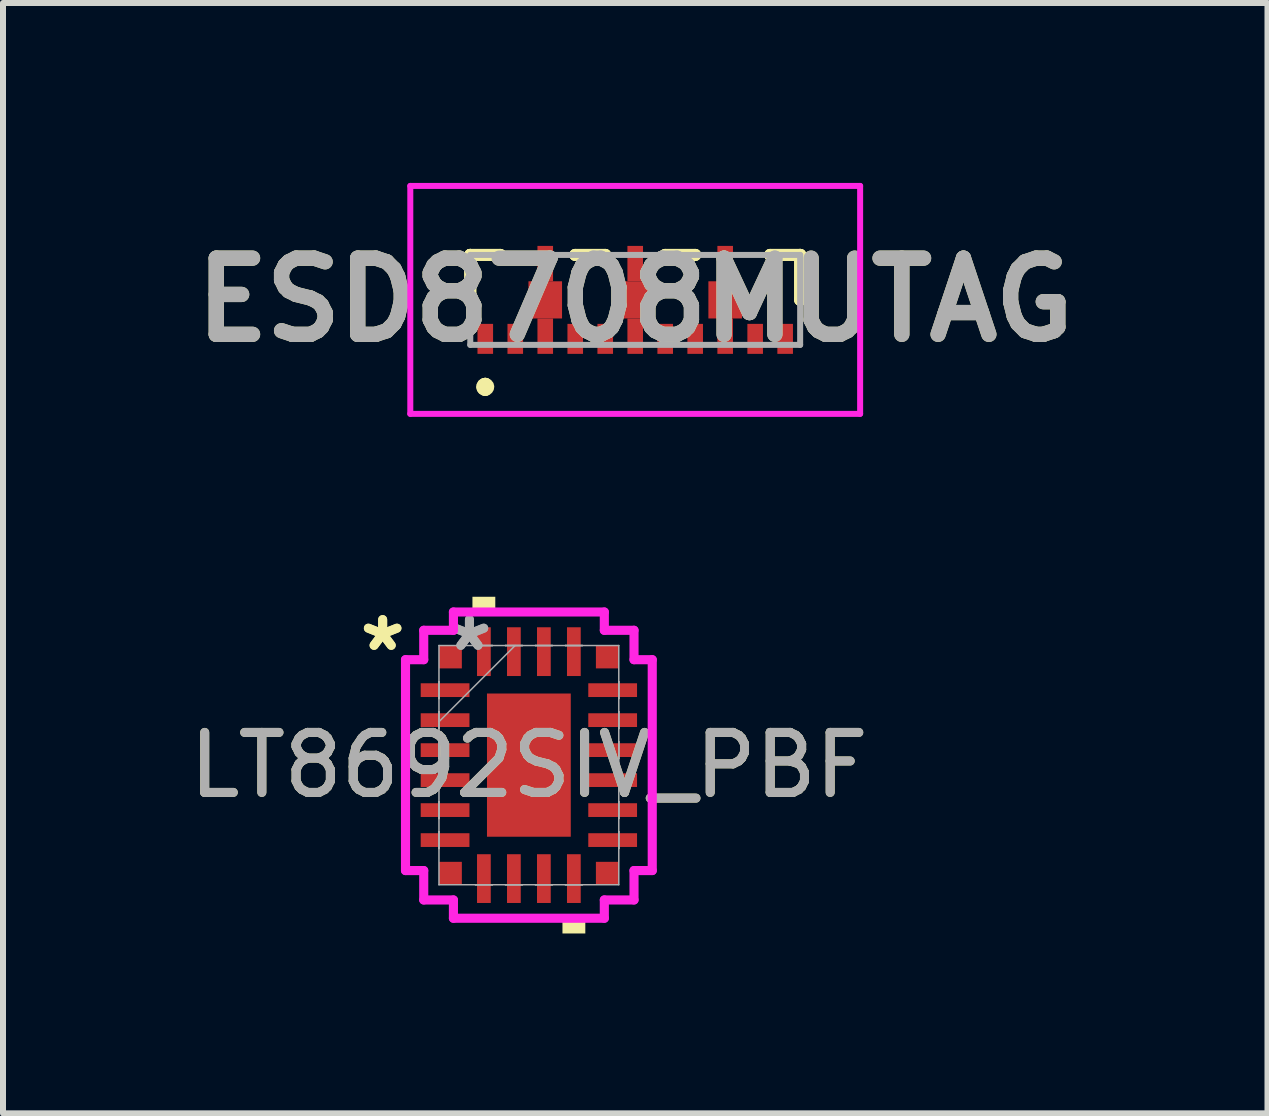
<source format=kicad_pcb>
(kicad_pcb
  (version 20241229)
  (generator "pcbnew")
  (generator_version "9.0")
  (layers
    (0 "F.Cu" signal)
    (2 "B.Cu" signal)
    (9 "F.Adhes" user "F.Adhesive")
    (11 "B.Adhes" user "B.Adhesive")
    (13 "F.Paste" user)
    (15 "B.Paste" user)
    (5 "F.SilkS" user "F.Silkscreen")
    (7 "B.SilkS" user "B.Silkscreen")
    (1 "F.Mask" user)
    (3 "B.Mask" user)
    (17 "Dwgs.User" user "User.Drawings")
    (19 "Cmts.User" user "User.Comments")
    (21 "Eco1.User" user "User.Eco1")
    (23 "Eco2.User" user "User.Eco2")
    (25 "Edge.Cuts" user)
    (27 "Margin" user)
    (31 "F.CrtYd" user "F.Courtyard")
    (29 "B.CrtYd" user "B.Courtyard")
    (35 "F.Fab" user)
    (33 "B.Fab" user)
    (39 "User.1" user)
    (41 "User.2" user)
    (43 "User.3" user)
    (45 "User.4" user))
  (footprint "ESD8708MUTAG"
    (layer "F.Cu")
    (at 7.541 1.95)
    (property "Reference" "ESD8708MUTAG" (at 0 0 0) (layer "F.SilkS") (effects (font (size 1.27 1.27) (thickness 0.254))))
    (attr smd)
    (fp_line (start -2.75 -0.75) (end -2.75 -0.75) (stroke (width 0.2) (type solid)) (layer "F.SilkS"))
    (fp_line (start -2.75 -0.75) (end -2.75 -0.75) (stroke (width 0.2) (type solid)) (layer "F.SilkS"))
    (fp_line (start -2.75 -0.75) (end -2.75 0) (stroke (width 0.2) (type solid)) (layer "F.SilkS"))
    (fp_line (start -2.75 -0.75) (end -2.25 -0.75) (stroke (width 0.2) (type solid)) (layer "F.SilkS"))
    (fp_line (start -2.75 0) (end -2.75 -0.75) (stroke (width 0.2) (type solid)) (layer "F.SilkS"))
    (fp_line (start -2.75 0) (end -2.75 0) (stroke (width 0.2) (type solid)) (layer "F.SilkS"))
    (fp_line (start -2.5 1.4) (end -2.5 1.4) (stroke (width 0.2) (type solid)) (layer "F.SilkS"))
    (fp_line (start -2.5 1.4) (end -2.5 1.4) (stroke (width 0.2) (type solid)) (layer "F.SilkS"))
    (fp_line (start -2.5 1.5) (end -2.5 1.5) (stroke (width 0.2) (type solid)) (layer "F.SilkS"))
    (fp_line (start -2.25 -0.75) (end -2.75 -0.75) (stroke (width 0.2) (type solid)) (layer "F.SilkS"))
    (fp_line (start -2.25 -0.75) (end -2.25 -0.75) (stroke (width 0.2) (type solid)) (layer "F.SilkS"))
    (fp_line (start -1 -0.75) (end -1 -0.75) (stroke (width 0.2) (type solid)) (layer "F.SilkS"))
    (fp_line (start -1 -0.75) (end -0.5 -0.75) (stroke (width 0.2) (type solid)) (layer "F.SilkS"))
    (fp_line (start -0.5 -0.75) (end -1 -0.75) (stroke (width 0.2) (type solid)) (layer "F.SilkS"))
    (fp_line (start -0.5 -0.75) (end -0.5 -0.75) (stroke (width 0.2) (type solid)) (layer "F.SilkS"))
    (fp_line (start 0.5 -0.75) (end 0.5 -0.75) (stroke (width 0.2) (type solid)) (layer "F.SilkS"))
    (fp_line (start 0.5 -0.75) (end 1 -0.75) (stroke (width 0.2) (type solid)) (layer "F.SilkS"))
    (fp_line (start 1 -0.75) (end 0.5 -0.75) (stroke (width 0.2) (type solid)) (layer "F.SilkS"))
    (fp_line (start 1 -0.75) (end 1 -0.75) (stroke (width 0.2) (type solid)) (layer "F.SilkS"))
    (fp_line (start 2.25 -0.75) (end 2.25 -0.75) (stroke (width 0.2) (type solid)) (layer "F.SilkS"))
    (fp_line (start 2.25 -0.75) (end 2.75 -0.75) (stroke (width 0.2) (type solid)) (layer "F.SilkS"))
    (fp_line (start 2.75 -0.75) (end 2.25 -0.75) (stroke (width 0.2) (type solid)) (layer "F.SilkS"))
    (fp_line (start 2.75 -0.75) (end 2.75 -0.75) (stroke (width 0.2) (type solid)) (layer "F.SilkS"))
    (fp_line (start 2.75 -0.75) (end 2.75 -0.75) (stroke (width 0.2) (type solid)) (layer "F.SilkS"))
    (fp_line (start 2.75 -0.75) (end 2.75 0) (stroke (width 0.2) (type solid)) (layer "F.SilkS"))
    (fp_line (start 2.75 0) (end 2.75 -0.75) (stroke (width 0.2) (type solid)) (layer "F.SilkS"))
    (fp_line (start 2.75 0) (end 2.75 0) (stroke (width 0.2) (type solid)) (layer "F.SilkS"))
    (fp_arc (start -2.5 1.4) (mid -2.45 1.45) (end -2.5 1.5) (stroke (width 0.2) (type solid)) (layer "F.SilkS"))
    (fp_arc (start -2.5 1.5) (mid -2.55 1.45) (end -2.5 1.4) (stroke (width 0.2) (type solid)) (layer "F.SilkS"))
    (fp_arc (start -2.5 1.5) (mid -2.55 1.45) (end -2.5 1.4) (stroke (width 0.2) (type solid)) (layer "F.SilkS"))
    (fp_line (start -3.75 -1.9) (end 3.75 -1.9) (stroke (width 0.1) (type solid)) (layer "F.CrtYd"))
    (fp_line (start -3.75 1.9) (end -3.75 -1.9) (stroke (width 0.1) (type solid)) (layer "F.CrtYd"))
    (fp_line (start 3.75 -1.9) (end 3.75 1.9) (stroke (width 0.1) (type solid)) (layer "F.CrtYd"))
    (fp_line (start 3.75 1.9) (end -3.75 1.9) (stroke (width 0.1) (type solid)) (layer "F.CrtYd"))
    (fp_line (start -2.75 -0.75) (end -2.75 0.75) (stroke (width 0.1) (type solid)) (layer "F.Fab"))
    (fp_line (start -2.75 0.75) (end 2.75 0.75) (stroke (width 0.1) (type solid)) (layer "F.Fab"))
    (fp_line (start 2.75 -0.75) (end -2.75 -0.75) (stroke (width 0.1) (type solid)) (layer "F.Fab"))
    (fp_line (start 2.75 0.75) (end 2.75 -0.75) (stroke (width 0.1) (type solid)) (layer "F.Fab"))
    (fp_text user "${REFERENCE}" (at 0 0 0) (layer "F.Fab") (effects (font (size 1.27 1.27) (thickness 0.254))))
    (pad "1" smd rect (at -2.5 0.65) (size 0.26 0.5) (layers "F.Cu" "F.Mask" "F.Paste"))
    (pad "2" smd rect (at -2 0.65) (size 0.26 0.5) (layers "F.Cu" "F.Mask" "F.Paste"))
    (pad "3" smd rect (at -1.5 0.605) (size 0.26 0.59) (layers "F.Cu" "F.Mask" "F.Paste"))
    (pad "4" smd rect (at -1 0.65) (size 0.26 0.5) (layers "F.Cu" "F.Mask" "F.Paste"))
    (pad "5" smd rect (at -0.5 0.65) (size 0.26 0.5) (layers "F.Cu" "F.Mask" "F.Paste"))
    (pad "6" smd rect (at 0 0.605) (size 0.26 0.59) (layers "F.Cu" "F.Mask" "F.Paste"))
    (pad "7" smd rect (at 0.5 0.65) (size 0.26 0.5) (layers "F.Cu" "F.Mask" "F.Paste"))
    (pad "8" smd rect (at 1 0.65) (size 0.26 0.5) (layers "F.Cu" "F.Mask" "F.Paste"))
    (pad "9" smd rect (at 1.5 0.605) (size 0.26 0.59) (layers "F.Cu" "F.Mask" "F.Paste"))
    (pad "10" smd rect (at 2 0.65) (size 0.26 0.5) (layers "F.Cu" "F.Mask" "F.Paste"))
    (pad "11" smd rect (at 2.5 0.65) (size 0.26 0.5) (layers "F.Cu" "F.Mask" "F.Paste"))
    (pad "12" smd rect (at 1.5 -0.605) (size 0.26 0.59) (layers "F.Cu" "F.Mask" "F.Paste"))
    (pad "13" smd rect (at 0 -0.605) (size 0.26 0.59) (layers "F.Cu" "F.Mask" "F.Paste"))
    (pad "14" smd rect (at -1.5 -0.605) (size 0.26 0.59) (layers "F.Cu" "F.Mask" "F.Paste"))
    (pad "15" smd rect (at -1.5 0) (size 0.56 0.62) (layers "F.Cu" "F.Mask" "F.Paste"))
    (pad "16" smd rect (at 0 0) (size 0.56 0.62) (layers "F.Cu" "F.Mask" "F.Paste"))
    (pad "17" smd rect (at 1.5 0) (size 0.56 0.62) (layers "F.Cu" "F.Mask" "F.Paste")))
  (footprint "LT8692SIV_PBF"
    (layer "F.Cu")
    (at 5.768 9.707)
    (property "Reference" "LT8692SIV_PBF" (at 0 0 0) (unlocked yes) (layer "F.SilkS") (effects (font (size 1 1) (thickness 0.15))))
    (attr smd)
    (fp_poly (pts (xy -0.941 -2.553) (xy -0.941 -2.807) (xy -0.56 -2.807) (xy -0.56 -2.553)) (stroke (width 0) (type solid)) (fill yes) (layer "F.SilkS"))
    (fp_poly (pts (xy 0.56 2.553) (xy 0.56 2.807) (xy 0.941 2.807) (xy 0.941 2.553)) (stroke (width 0) (type solid)) (fill yes) (layer "F.SilkS"))
    (fp_line (start -2.057 -1.758) (end -1.753 -1.758) (stroke (width 0.152) (type solid)) (layer "F.CrtYd"))
    (fp_line (start -2.057 1.758) (end -2.057 -1.758) (stroke (width 0.152) (type solid)) (layer "F.CrtYd"))
    (fp_line (start -2.057 1.758) (end -1.753 1.758) (stroke (width 0.152) (type solid)) (layer "F.CrtYd"))
    (fp_line (start -1.753 -2.248) (end -1.258 -2.248) (stroke (width 0.152) (type solid)) (layer "F.CrtYd"))
    (fp_line (start -1.753 -1.758) (end -1.753 -2.248) (stroke (width 0.152) (type solid)) (layer "F.CrtYd"))
    (fp_line (start -1.753 2.248) (end -1.753 1.758) (stroke (width 0.152) (type solid)) (layer "F.CrtYd"))
    (fp_line (start -1.258 -2.553) (end 1.258 -2.553) (stroke (width 0.152) (type solid)) (layer "F.CrtYd"))
    (fp_line (start -1.258 -2.248) (end -1.258 -2.553) (stroke (width 0.152) (type solid)) (layer "F.CrtYd"))
    (fp_line (start -1.258 2.248) (end -1.753 2.248) (stroke (width 0.152) (type solid)) (layer "F.CrtYd"))
    (fp_line (start -1.258 2.553) (end -1.258 2.248) (stroke (width 0.152) (type solid)) (layer "F.CrtYd"))
    (fp_line (start 1.258 -2.553) (end 1.258 -2.248) (stroke (width 0.152) (type solid)) (layer "F.CrtYd"))
    (fp_line (start 1.258 -2.248) (end 1.753 -2.248) (stroke (width 0.152) (type solid)) (layer "F.CrtYd"))
    (fp_line (start 1.258 2.248) (end 1.258 2.553) (stroke (width 0.152) (type solid)) (layer "F.CrtYd"))
    (fp_line (start 1.258 2.553) (end -1.258 2.553) (stroke (width 0.152) (type solid)) (layer "F.CrtYd"))
    (fp_line (start 1.753 -2.248) (end 1.753 -1.758) (stroke (width 0.152) (type solid)) (layer "F.CrtYd"))
    (fp_line (start 1.753 -1.758) (end 2.057 -1.758) (stroke (width 0.152) (type solid)) (layer "F.CrtYd"))
    (fp_line (start 1.753 1.758) (end 1.753 2.248) (stroke (width 0.152) (type solid)) (layer "F.CrtYd"))
    (fp_line (start 1.753 2.248) (end 1.258 2.248) (stroke (width 0.152) (type solid)) (layer "F.CrtYd"))
    (fp_line (start 2.057 -1.758) (end 2.057 1.758) (stroke (width 0.152) (type solid)) (layer "F.CrtYd"))
    (fp_line (start 2.057 1.758) (end 1.753 1.758) (stroke (width 0.152) (type solid)) (layer "F.CrtYd"))
    (fp_line (start -1.499 -1.994) (end -1.499 1.994) (stroke (width 0.025) (type solid)) (layer "F.Fab"))
    (fp_line (start -1.499 -1.39) (end -1.499 -1.39) (stroke (width 0.025) (type solid)) (layer "F.Fab"))
    (fp_line (start -1.499 -1.39) (end -1.499 -1.11) (stroke (width 0.025) (type solid)) (layer "F.Fab"))
    (fp_line (start -1.499 -1.11) (end -1.499 -1.39) (stroke (width 0.025) (type solid)) (layer "F.Fab"))
    (fp_line (start -1.499 -1.11) (end -1.499 -1.11) (stroke (width 0.025) (type solid)) (layer "F.Fab"))
    (fp_line (start -1.499 -0.89) (end -1.499 -0.89) (stroke (width 0.025) (type solid)) (layer "F.Fab"))
    (fp_line (start -1.499 -0.89) (end -1.499 -0.61) (stroke (width 0.025) (type solid)) (layer "F.Fab"))
    (fp_line (start -1.499 -0.724) (end -0.229 -1.994) (stroke (width 0.025) (type solid)) (layer "F.Fab"))
    (fp_line (start -1.499 -0.61) (end -1.499 -0.89) (stroke (width 0.025) (type solid)) (layer "F.Fab"))
    (fp_line (start -1.499 -0.61) (end -1.499 -0.61) (stroke (width 0.025) (type solid)) (layer "F.Fab"))
    (fp_line (start -1.499 -0.39) (end -1.499 -0.39) (stroke (width 0.025) (type solid)) (layer "F.Fab"))
    (fp_line (start -1.499 -0.39) (end -1.499 -0.11) (stroke (width 0.025) (type solid)) (layer "F.Fab"))
    (fp_line (start -1.499 -0.11) (end -1.499 -0.39) (stroke (width 0.025) (type solid)) (layer "F.Fab"))
    (fp_line (start -1.499 -0.11) (end -1.499 -0.11) (stroke (width 0.025) (type solid)) (layer "F.Fab"))
    (fp_line (start -1.499 0.11) (end -1.499 0.11) (stroke (width 0.025) (type solid)) (layer "F.Fab"))
    (fp_line (start -1.499 0.11) (end -1.499 0.39) (stroke (width 0.025) (type solid)) (layer "F.Fab"))
    (fp_line (start -1.499 0.39) (end -1.499 0.11) (stroke (width 0.025) (type solid)) (layer "F.Fab"))
    (fp_line (start -1.499 0.39) (end -1.499 0.39) (stroke (width 0.025) (type solid)) (layer "F.Fab"))
    (fp_line (start -1.499 0.61) (end -1.499 0.61) (stroke (width 0.025) (type solid)) (layer "F.Fab"))
    (fp_line (start -1.499 0.61) (end -1.499 0.89) (stroke (width 0.025) (type solid)) (layer "F.Fab"))
    (fp_line (start -1.499 0.89) (end -1.499 0.61) (stroke (width 0.025) (type solid)) (layer "F.Fab"))
    (fp_line (start -1.499 0.89) (end -1.499 0.89) (stroke (width 0.025) (type solid)) (layer "F.Fab"))
    (fp_line (start -1.499 1.11) (end -1.499 1.11) (stroke (width 0.025) (type solid)) (layer "F.Fab"))
    (fp_line (start -1.499 1.11) (end -1.499 1.39) (stroke (width 0.025) (type solid)) (layer "F.Fab"))
    (fp_line (start -1.499 1.39) (end -1.499 1.11) (stroke (width 0.025) (type solid)) (layer "F.Fab"))
    (fp_line (start -1.499 1.39) (end -1.499 1.39) (stroke (width 0.025) (type solid)) (layer "F.Fab"))
    (fp_line (start -1.499 1.994) (end 1.499 1.994) (stroke (width 0.025) (type solid)) (layer "F.Fab"))
    (fp_line (start -0.89 -1.994) (end -0.89 -1.994) (stroke (width 0.025) (type solid)) (layer "F.Fab"))
    (fp_line (start -0.89 -1.994) (end -0.61 -1.994) (stroke (width 0.025) (type solid)) (layer "F.Fab"))
    (fp_line (start -0.89 1.994) (end -0.89 1.994) (stroke (width 0.025) (type solid)) (layer "F.Fab"))
    (fp_line (start -0.89 1.994) (end -0.61 1.994) (stroke (width 0.025) (type solid)) (layer "F.Fab"))
    (fp_line (start -0.61 -1.994) (end -0.89 -1.994) (stroke (width 0.025) (type solid)) (layer "F.Fab"))
    (fp_line (start -0.61 -1.994) (end -0.61 -1.994) (stroke (width 0.025) (type solid)) (layer "F.Fab"))
    (fp_line (start -0.61 1.994) (end -0.89 1.994) (stroke (width 0.025) (type solid)) (layer "F.Fab"))
    (fp_line (start -0.61 1.994) (end -0.61 1.994) (stroke (width 0.025) (type solid)) (layer "F.Fab"))
    (fp_line (start -0.39 -1.994) (end -0.39 -1.994) (stroke (width 0.025) (type solid)) (layer "F.Fab"))
    (fp_line (start -0.39 -1.994) (end -0.11 -1.994) (stroke (width 0.025) (type solid)) (layer "F.Fab"))
    (fp_line (start -0.39 1.994) (end -0.39 1.994) (stroke (width 0.025) (type solid)) (layer "F.Fab"))
    (fp_line (start -0.39 1.994) (end -0.11 1.994) (stroke (width 0.025) (type solid)) (layer "F.Fab"))
    (fp_line (start -0.11 -1.994) (end -0.39 -1.994) (stroke (width 0.025) (type solid)) (layer "F.Fab"))
    (fp_line (start -0.11 -1.994) (end -0.11 -1.994) (stroke (width 0.025) (type solid)) (layer "F.Fab"))
    (fp_line (start -0.11 1.994) (end -0.39 1.994) (stroke (width 0.025) (type solid)) (layer "F.Fab"))
    (fp_line (start -0.11 1.994) (end -0.11 1.994) (stroke (width 0.025) (type solid)) (layer "F.Fab"))
    (fp_line (start 0.11 -1.994) (end 0.11 -1.994) (stroke (width 0.025) (type solid)) (layer "F.Fab"))
    (fp_line (start 0.11 -1.994) (end 0.39 -1.994) (stroke (width 0.025) (type solid)) (layer "F.Fab"))
    (fp_line (start 0.11 1.994) (end 0.11 1.994) (stroke (width 0.025) (type solid)) (layer "F.Fab"))
    (fp_line (start 0.11 1.994) (end 0.39 1.994) (stroke (width 0.025) (type solid)) (layer "F.Fab"))
    (fp_line (start 0.39 -1.994) (end 0.11 -1.994) (stroke (width 0.025) (type solid)) (layer "F.Fab"))
    (fp_line (start 0.39 -1.994) (end 0.39 -1.994) (stroke (width 0.025) (type solid)) (layer "F.Fab"))
    (fp_line (start 0.39 1.994) (end 0.11 1.994) (stroke (width 0.025) (type solid)) (layer "F.Fab"))
    (fp_line (start 0.39 1.994) (end 0.39 1.994) (stroke (width 0.025) (type solid)) (layer "F.Fab"))
    (fp_line (start 0.61 -1.994) (end 0.61 -1.994) (stroke (width 0.025) (type solid)) (layer "F.Fab"))
    (fp_line (start 0.61 -1.994) (end 0.89 -1.994) (stroke (width 0.025) (type solid)) (layer "F.Fab"))
    (fp_line (start 0.61 1.994) (end 0.61 1.994) (stroke (width 0.025) (type solid)) (layer "F.Fab"))
    (fp_line (start 0.61 1.994) (end 0.89 1.994) (stroke (width 0.025) (type solid)) (layer "F.Fab"))
    (fp_line (start 0.89 -1.994) (end 0.61 -1.994) (stroke (width 0.025) (type solid)) (layer "F.Fab"))
    (fp_line (start 0.89 -1.994) (end 0.89 -1.994) (stroke (width 0.025) (type solid)) (layer "F.Fab"))
    (fp_line (start 0.89 1.994) (end 0.61 1.994) (stroke (width 0.025) (type solid)) (layer "F.Fab"))
    (fp_line (start 0.89 1.994) (end 0.89 1.994) (stroke (width 0.025) (type solid)) (layer "F.Fab"))
    (fp_line (start 1.499 -1.994) (end -1.499 -1.994) (stroke (width 0.025) (type solid)) (layer "F.Fab"))
    (fp_line (start 1.499 -1.39) (end 1.499 -1.39) (stroke (width 0.025) (type solid)) (layer "F.Fab"))
    (fp_line (start 1.499 -1.39) (end 1.499 -1.11) (stroke (width 0.025) (type solid)) (layer "F.Fab"))
    (fp_line (start 1.499 -1.11) (end 1.499 -1.39) (stroke (width 0.025) (type solid)) (layer "F.Fab"))
    (fp_line (start 1.499 -1.11) (end 1.499 -1.11) (stroke (width 0.025) (type solid)) (layer "F.Fab"))
    (fp_line (start 1.499 -0.89) (end 1.499 -0.89) (stroke (width 0.025) (type solid)) (layer "F.Fab"))
    (fp_line (start 1.499 -0.89) (end 1.499 -0.61) (stroke (width 0.025) (type solid)) (layer "F.Fab"))
    (fp_line (start 1.499 -0.61) (end 1.499 -0.89) (stroke (width 0.025) (type solid)) (layer "F.Fab"))
    (fp_line (start 1.499 -0.61) (end 1.499 -0.61) (stroke (width 0.025) (type solid)) (layer "F.Fab"))
    (fp_line (start 1.499 -0.39) (end 1.499 -0.39) (stroke (width 0.025) (type solid)) (layer "F.Fab"))
    (fp_line (start 1.499 -0.39) (end 1.499 -0.11) (stroke (width 0.025) (type solid)) (layer "F.Fab"))
    (fp_line (start 1.499 -0.11) (end 1.499 -0.39) (stroke (width 0.025) (type solid)) (layer "F.Fab"))
    (fp_line (start 1.499 -0.11) (end 1.499 -0.11) (stroke (width 0.025) (type solid)) (layer "F.Fab"))
    (fp_line (start 1.499 0.11) (end 1.499 0.11) (stroke (width 0.025) (type solid)) (layer "F.Fab"))
    (fp_line (start 1.499 0.11) (end 1.499 0.39) (stroke (width 0.025) (type solid)) (layer "F.Fab"))
    (fp_line (start 1.499 0.39) (end 1.499 0.11) (stroke (width 0.025) (type solid)) (layer "F.Fab"))
    (fp_line (start 1.499 0.39) (end 1.499 0.39) (stroke (width 0.025) (type solid)) (layer "F.Fab"))
    (fp_line (start 1.499 0.61) (end 1.499 0.61) (stroke (width 0.025) (type solid)) (layer "F.Fab"))
    (fp_line (start 1.499 0.61) (end 1.499 0.89) (stroke (width 0.025) (type solid)) (layer "F.Fab"))
    (fp_line (start 1.499 0.89) (end 1.499 0.61) (stroke (width 0.025) (type solid)) (layer "F.Fab"))
    (fp_line (start 1.499 0.89) (end 1.499 0.89) (stroke (width 0.025) (type solid)) (layer "F.Fab"))
    (fp_line (start 1.499 1.11) (end 1.499 1.11) (stroke (width 0.025) (type solid)) (layer "F.Fab"))
    (fp_line (start 1.499 1.11) (end 1.499 1.39) (stroke (width 0.025) (type solid)) (layer "F.Fab"))
    (fp_line (start 1.499 1.39) (end 1.499 1.11) (stroke (width 0.025) (type solid)) (layer "F.Fab"))
    (fp_line (start 1.499 1.39) (end 1.499 1.39) (stroke (width 0.025) (type solid)) (layer "F.Fab"))
    (fp_line (start 1.499 1.994) (end 1.499 -1.994) (stroke (width 0.025) (type solid)) (layer "F.Fab"))
    (fp_text user "*" (at -2.438 -1.881 0) (layer "F.SilkS") (effects (font (size 1 1) (thickness 0.15))))
    (fp_text user "*" (at -2.438 -1.881 0) (unlocked yes) (layer "F.SilkS") (effects (font (size 1 1) (thickness 0.15))))
    (fp_text user "${REFERENCE}" (at 0 0 0) (unlocked yes) (layer "F.Fab") (effects (font (size 1 1) (thickness 0.15))))
    (fp_text user "*" (at -0.991 -1.881 0) (layer "F.Fab") (effects (font (size 1 1) (thickness 0.15))))
    (fp_text user "*" (at -0.991 -1.881 0) (unlocked yes) (layer "F.Fab") (effects (font (size 1 1) (thickness 0.15))))
    (pad "1" smd rect (at -1.397 -1.25 90) (size 0.229 0.813) (layers "F.Cu" "F.Mask" "F.Paste"))
    (pad "2" smd rect (at -1.397 -0.75 90) (size 0.229 0.813) (layers "F.Cu" "F.Mask" "F.Paste"))
    (pad "3" smd rect (at -1.397 -0.25 90) (size 0.229 0.813) (layers "F.Cu" "F.Mask" "F.Paste"))
    (pad "4" smd rect (at -1.397 0.25 90) (size 0.229 0.813) (layers "F.Cu" "F.Mask" "F.Paste"))
    (pad "5" smd rect (at -1.397 0.75 90) (size 0.229 0.813) (layers "F.Cu" "F.Mask" "F.Paste"))
    (pad "6" smd rect (at -1.397 1.25 90) (size 0.229 0.813) (layers "F.Cu" "F.Mask" "F.Paste"))
    (pad "7" smd rect (at -0.75 1.892) (size 0.229 0.813) (layers "F.Cu" "F.Mask" "F.Paste"))
    (pad "8" smd rect (at -0.25 1.892) (size 0.229 0.813) (layers "F.Cu" "F.Mask" "F.Paste"))
    (pad "9" smd rect (at 0.25 1.892) (size 0.229 0.813) (layers "F.Cu" "F.Mask" "F.Paste"))
    (pad "10" smd rect (at 0.75 1.892) (size 0.229 0.813) (layers "F.Cu" "F.Mask" "F.Paste"))
    (pad "11" smd rect (at 1.397 1.25 90) (size 0.229 0.813) (layers "F.Cu" "F.Mask" "F.Paste"))
    (pad "12" smd rect (at 1.397 0.75 90) (size 0.229 0.813) (layers "F.Cu" "F.Mask" "F.Paste"))
    (pad "13" smd rect (at 1.397 0.25 90) (size 0.229 0.813) (layers "F.Cu" "F.Mask" "F.Paste"))
    (pad "14" smd rect (at 1.397 -0.25 90) (size 0.229 0.813) (layers "F.Cu" "F.Mask" "F.Paste"))
    (pad "15" smd rect (at 1.397 -0.75 90) (size 0.229 0.813) (layers "F.Cu" "F.Mask" "F.Paste"))
    (pad "16" smd rect (at 1.397 -1.25 90) (size 0.229 0.813) (layers "F.Cu" "F.Mask" "F.Paste"))
    (pad "17" smd rect (at 0.75 -1.892) (size 0.229 0.813) (layers "F.Cu" "F.Mask" "F.Paste"))
    (pad "18" smd rect (at 0.25 -1.892) (size 0.229 0.813) (layers "F.Cu" "F.Mask" "F.Paste"))
    (pad "19" smd rect (at -0.25 -1.892) (size 0.229 0.813) (layers "F.Cu" "F.Mask" "F.Paste"))
    (pad "20" smd rect (at -0.75 -1.892) (size 0.229 0.813) (layers "F.Cu" "F.Mask" "F.Paste"))
    (pad "21" smd rect (at 0 0) (size 1.397 2.388) (layers "F.Cu" "F.Mask" "F.Paste"))
    (pad "22" smd rect (at -1.308 -1.803) (size 0.381 0.381) (layers "F.Cu" "F.Mask" "F.Paste"))
    (pad "23" smd rect (at -1.308 1.803) (size 0.381 0.381) (layers "F.Cu" "F.Mask" "F.Paste"))
    (pad "24" smd rect (at 1.308 1.803) (size 0.381 0.381) (layers "F.Cu" "F.Mask" "F.Paste"))
    (pad "25" smd rect (at 1.308 -1.803) (size 0.381 0.381) (layers "F.Cu" "F.Mask" "F.Paste")))
  (gr_rect
    (start -3 -3)
    (end 18.083 15.513)
    (stroke (width 0.1) (type default))
    (fill no)
    (layer "Edge.Cuts")))
</source>
